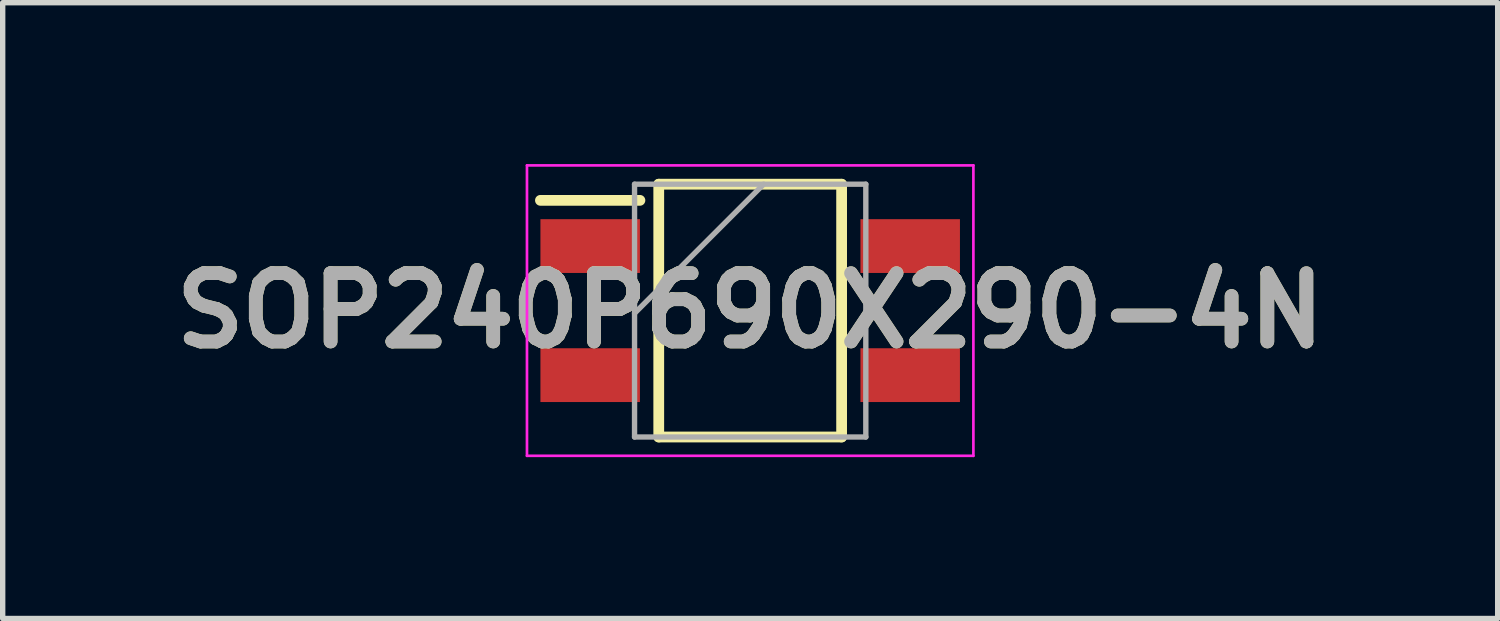
<source format=kicad_pcb>
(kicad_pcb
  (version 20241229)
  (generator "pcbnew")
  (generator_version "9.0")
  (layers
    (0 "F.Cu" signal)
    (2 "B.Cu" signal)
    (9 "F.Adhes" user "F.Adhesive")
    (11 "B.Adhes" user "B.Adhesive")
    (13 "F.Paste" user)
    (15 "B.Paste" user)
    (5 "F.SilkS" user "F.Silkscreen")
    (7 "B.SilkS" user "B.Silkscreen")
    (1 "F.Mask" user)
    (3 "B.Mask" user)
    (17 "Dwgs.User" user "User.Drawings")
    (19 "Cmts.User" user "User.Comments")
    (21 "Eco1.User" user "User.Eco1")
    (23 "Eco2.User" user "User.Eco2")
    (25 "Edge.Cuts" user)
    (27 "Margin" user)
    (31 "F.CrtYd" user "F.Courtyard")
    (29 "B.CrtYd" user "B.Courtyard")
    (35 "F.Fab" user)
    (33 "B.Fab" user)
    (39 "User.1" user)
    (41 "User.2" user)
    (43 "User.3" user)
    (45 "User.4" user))
  (footprint "SOP240P690X290-4N"
    (layer "F.Cu")
    (at 10.898 2.725)
    (property "Reference" "SOP240P690X290-4N" (at 0 0 0) (layer "F.SilkS") (effects (font (size 1.27 1.27) (thickness 0.254))))
    (attr smd)
    (fp_line (start -3.9 -2.05) (end -2.05 -2.05) (stroke (width 0.2) (type solid)) (layer "F.SilkS"))
    (fp_line (start -1.7 -2.35) (end 1.7 -2.35) (stroke (width 0.2) (type solid)) (layer "F.SilkS"))
    (fp_line (start -1.7 2.35) (end -1.7 -2.35) (stroke (width 0.2) (type solid)) (layer "F.SilkS"))
    (fp_line (start 1.7 -2.35) (end 1.7 2.35) (stroke (width 0.2) (type solid)) (layer "F.SilkS"))
    (fp_line (start 1.7 2.35) (end -1.7 2.35) (stroke (width 0.2) (type solid)) (layer "F.SilkS"))
    (fp_line (start -4.15 -2.7) (end 4.15 -2.7) (stroke (width 0.05) (type solid)) (layer "F.CrtYd"))
    (fp_line (start -4.15 2.7) (end -4.15 -2.7) (stroke (width 0.05) (type solid)) (layer "F.CrtYd"))
    (fp_line (start 4.15 -2.7) (end 4.15 2.7) (stroke (width 0.05) (type solid)) (layer "F.CrtYd"))
    (fp_line (start 4.15 2.7) (end -4.15 2.7) (stroke (width 0.05) (type solid)) (layer "F.CrtYd"))
    (fp_line (start -2.15 -2.35) (end 2.15 -2.35) (stroke (width 0.1) (type solid)) (layer "F.Fab"))
    (fp_line (start -2.15 0.05) (end 0.25 -2.35) (stroke (width 0.1) (type solid)) (layer "F.Fab"))
    (fp_line (start -2.15 2.35) (end -2.15 -2.35) (stroke (width 0.1) (type solid)) (layer "F.Fab"))
    (fp_line (start 2.15 -2.35) (end 2.15 2.35) (stroke (width 0.1) (type solid)) (layer "F.Fab"))
    (fp_line (start 2.15 2.35) (end -2.15 2.35) (stroke (width 0.1) (type solid)) (layer "F.Fab"))
    (fp_text user "${REFERENCE}" (at 0 0 0) (layer "F.Fab") (effects (font (size 1.27 1.27) (thickness 0.254))))
    (pad "1" smd rect (at -2.975 -1.2 90) (size 1 1.85) (layers "F.Cu" "F.Mask" "F.Paste"))
    (pad "2" smd rect (at -2.975 1.2 90) (size 1 1.85) (layers "F.Cu" "F.Mask" "F.Paste"))
    (pad "3" smd rect (at 2.975 1.2 90) (size 1 1.85) (layers "F.Cu" "F.Mask" "F.Paste"))
    (pad "4" smd rect (at 2.975 -1.2 90) (size 1 1.85) (layers "F.Cu" "F.Mask" "F.Paste")))
  (gr_rect
    (start -3 -3)
    (end 24.796 8.45)
    (stroke (width 0.1) (type default))
    (fill no)
    (layer "Edge.Cuts")))
</source>
